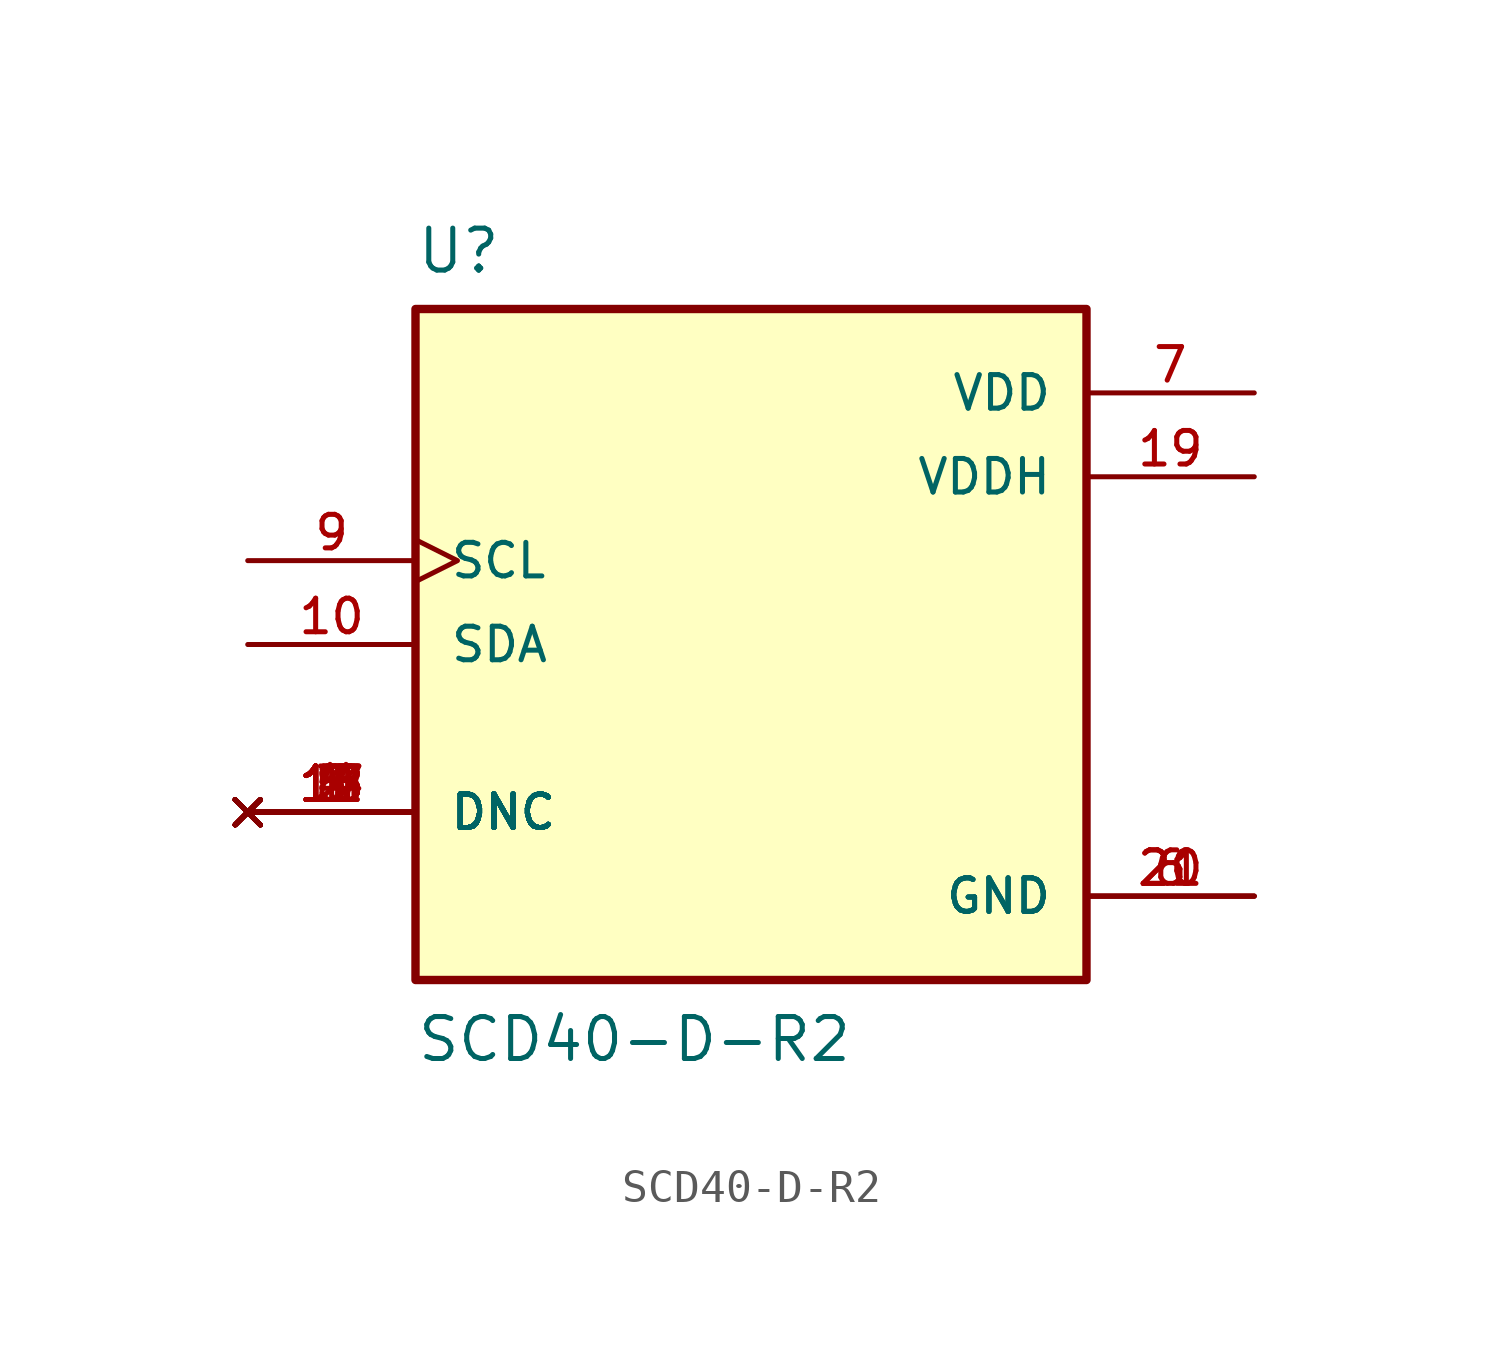
<source format=kicad_sym>
(kicad_symbol_lib
  (version 20211014)
  (generator kicad_symbol_editor)
  (symbol "SCD40-D-R2"
    (pin_names
      (offset 1.016))
    (property "Reference" "U"
      (at -10.16 11.176 0)
      (effects (font (size 1.27 1.27)) (justify bottom left)))
    (property "Value" "SCD40-D-R2"
      (at -10.16 -12.7 0)
      (effects (font (size 1.27 1.27)) (justify bottom left)))
    (symbol "SCD40-D-R2_0_0"
      (rectangle (start -10.16 -10.16) (end 10.16 10.16) (stroke (width 0.254)) (fill (type background)))
      (pin power_in line (at 15.24 7.62 180.0) (length 5.08) (name "VDD" (effects (font (size 1.016 1.016)))) (number "7" (effects (font (size 1.016 1.016)))))
      (pin power_in line (at 15.24 5.08 180.0) (length 5.08) (name "VDDH" (effects (font (size 1.016 1.016)))) (number "19" (effects (font (size 1.016 1.016)))))
      (pin power_in line (at 15.24 -7.62 180.0) (length 5.08) (name "GND" (effects (font (size 1.016 1.016)))) (number "6" (effects (font (size 1.016 1.016)))))
      (pin power_in line (at 15.24 -7.62 180.0) (length 5.08) (name "GND" (effects (font (size 1.016 1.016)))) (number "20" (effects (font (size 1.016 1.016)))))
      (pin power_in line (at 15.24 -7.62 180.0) (length 5.08) (name "GND" (effects (font (size 1.016 1.016)))) (number "21" (effects (font (size 1.016 1.016)))))
      (pin bidirectional line (at -15.24 0.0 0) (length 5.08) (name "SDA" (effects (font (size 1.016 1.016)))) (number "10" (effects (font (size 1.016 1.016)))))
      (pin input clock (at -15.24 2.54 0) (length 5.08) (name "SCL" (effects (font (size 1.016 1.016)))) (number "9" (effects (font (size 1.016 1.016)))))
      (pin no_connect line (at -15.24 -5.08 0) (length 5.08) (name "DNC" (effects (font (size 1.016 1.016)))) (number "1" (effects (font (size 1.016 1.016)))))
      (pin no_connect line (at -15.24 -5.08 0) (length 5.08) (name "DNC" (effects (font (size 1.016 1.016)))) (number "2" (effects (font (size 1.016 1.016)))))
      (pin no_connect line (at -15.24 -5.08 0) (length 5.08) (name "DNC" (effects (font (size 1.016 1.016)))) (number "3" (effects (font (size 1.016 1.016)))))
      (pin no_connect line (at -15.24 -5.08 0) (length 5.08) (name "DNC" (effects (font (size 1.016 1.016)))) (number "4" (effects (font (size 1.016 1.016)))))
      (pin no_connect line (at -15.24 -5.08 0) (length 5.08) (name "DNC" (effects (font (size 1.016 1.016)))) (number "5" (effects (font (size 1.016 1.016)))))
      (pin no_connect line (at -15.24 -5.08 0) (length 5.08) (name "DNC" (effects (font (size 1.016 1.016)))) (number "8" (effects (font (size 1.016 1.016)))))
      (pin no_connect line (at -15.24 -5.08 0) (length 5.08) (name "DNC" (effects (font (size 1.016 1.016)))) (number "11" (effects (font (size 1.016 1.016)))))
      (pin no_connect line (at -15.24 -5.08 0) (length 5.08) (name "DNC" (effects (font (size 1.016 1.016)))) (number "12" (effects (font (size 1.016 1.016)))))
      (pin no_connect line (at -15.24 -5.08 0) (length 5.08) (name "DNC" (effects (font (size 1.016 1.016)))) (number "13" (effects (font (size 1.016 1.016)))))
      (pin no_connect line (at -15.24 -5.08 0) (length 5.08) (name "DNC" (effects (font (size 1.016 1.016)))) (number "14" (effects (font (size 1.016 1.016)))))
      (pin no_connect line (at -15.24 -5.08 0) (length 5.08) (name "DNC" (effects (font (size 1.016 1.016)))) (number "15" (effects (font (size 1.016 1.016)))))
      (pin no_connect line (at -15.24 -5.08 0) (length 5.08) (name "DNC" (effects (font (size 1.016 1.016)))) (number "16" (effects (font (size 1.016 1.016)))))
      (pin no_connect line (at -15.24 -5.08 0) (length 5.08) (name "DNC" (effects (font (size 1.016 1.016)))) (number "17" (effects (font (size 1.016 1.016)))))
      (pin no_connect line (at -15.24 -5.08 0) (length 5.08) (name "DNC" (effects (font (size 1.016 1.016)))) (number "18" (effects (font (size 1.016 1.016))))))))
</source>
